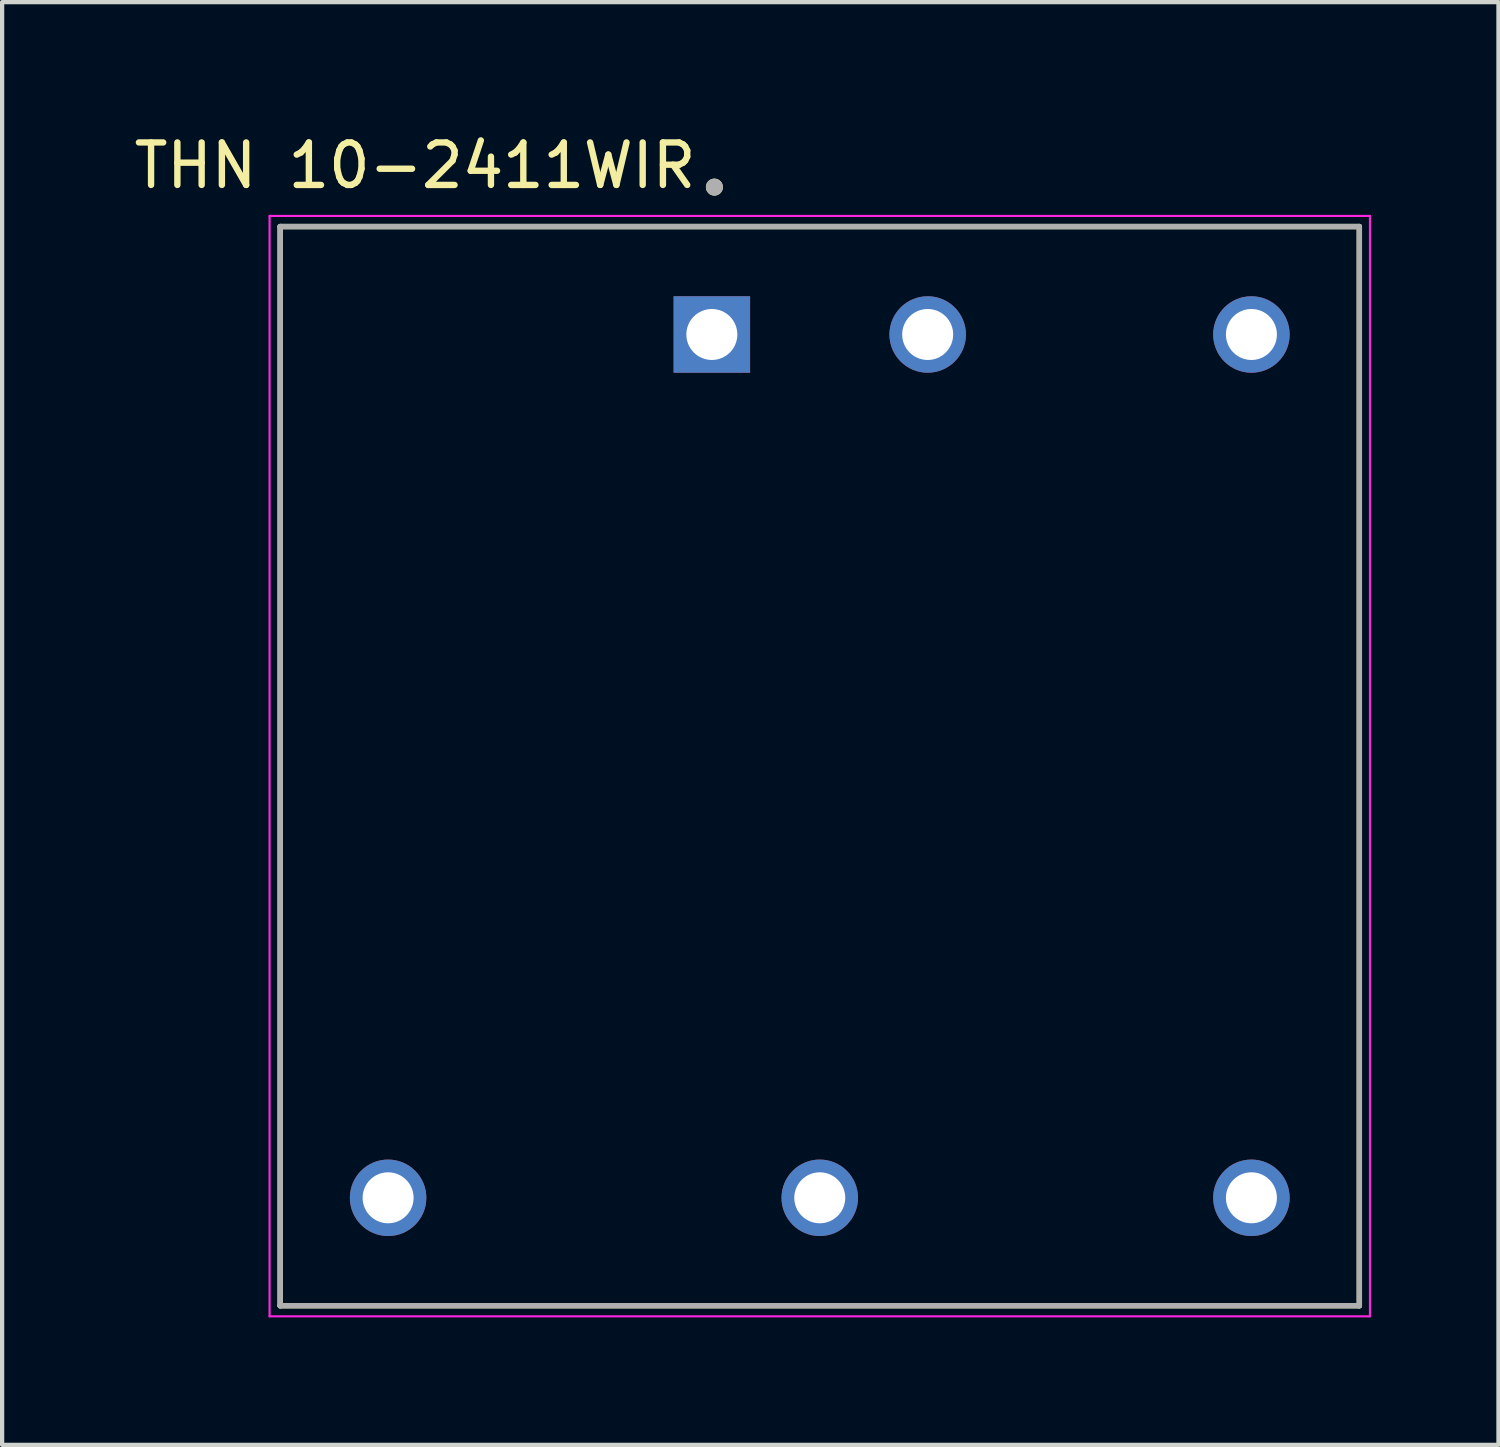
<source format=kicad_pcb>
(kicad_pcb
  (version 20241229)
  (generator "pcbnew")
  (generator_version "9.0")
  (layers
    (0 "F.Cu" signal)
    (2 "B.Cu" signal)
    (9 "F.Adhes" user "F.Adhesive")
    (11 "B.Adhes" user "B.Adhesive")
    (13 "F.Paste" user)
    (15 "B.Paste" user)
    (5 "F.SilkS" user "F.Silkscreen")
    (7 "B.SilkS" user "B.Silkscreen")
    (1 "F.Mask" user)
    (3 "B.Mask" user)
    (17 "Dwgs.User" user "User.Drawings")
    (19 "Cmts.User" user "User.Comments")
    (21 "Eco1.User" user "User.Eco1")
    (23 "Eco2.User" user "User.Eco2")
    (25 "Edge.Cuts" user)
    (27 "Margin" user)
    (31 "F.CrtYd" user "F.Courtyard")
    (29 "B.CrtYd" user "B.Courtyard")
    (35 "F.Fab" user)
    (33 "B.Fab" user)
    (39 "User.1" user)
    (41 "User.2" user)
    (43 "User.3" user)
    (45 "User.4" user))
  (footprint "THN 10-2411WIR"
    (layer "F.Cu")
    (at 16.245 14.983)
    (property "Reference" "THN 10-2411WIR" (at -9.525 -14.135 0) (layer "F.SilkS") (effects (font (size 1 1) (thickness 0.15))))
    (attr through_hole)
    (fp_line (start -12.7 -12.7) (end 12.7 -12.7) (stroke (width 0.127) (type solid)) (layer "F.SilkS"))
    (fp_line (start -12.7 12.7) (end -12.7 -12.7) (stroke (width 0.127) (type solid)) (layer "F.SilkS"))
    (fp_line (start -12.7 12.7) (end 12.7 12.7) (stroke (width 0.127) (type solid)) (layer "F.SilkS"))
    (fp_line (start 12.7 12.7) (end 12.7 -12.7) (stroke (width 0.127) (type solid)) (layer "F.SilkS"))
    (fp_circle (center -2.48 -13.629) (end -2.38 -13.629) (stroke (width 0.2) (type solid)) (fill no) (layer "F.SilkS"))
    (fp_line (start -12.95 -12.95) (end 12.95 -12.95) (stroke (width 0.05) (type solid)) (layer "F.CrtYd"))
    (fp_line (start -12.95 12.95) (end -12.95 -12.95) (stroke (width 0.05) (type solid)) (layer "F.CrtYd"))
    (fp_line (start -12.95 12.95) (end 12.95 12.95) (stroke (width 0.05) (type solid)) (layer "F.CrtYd"))
    (fp_line (start 12.95 12.95) (end 12.95 -12.95) (stroke (width 0.05) (type solid)) (layer "F.CrtYd"))
    (fp_line (start -12.7 -12.7) (end 12.7 -12.7) (stroke (width 0.127) (type solid)) (layer "F.Fab"))
    (fp_line (start -12.7 12.7) (end -12.7 -12.7) (stroke (width 0.127) (type solid)) (layer "F.Fab"))
    (fp_line (start -12.7 12.7) (end 12.7 12.7) (stroke (width 0.127) (type solid)) (layer "F.Fab"))
    (fp_line (start 12.7 12.7) (end 12.7 -12.7) (stroke (width 0.127) (type solid)) (layer "F.Fab"))
    (fp_circle (center -2.48 -13.629) (end -2.38 -13.629) (stroke (width 0.2) (type solid)) (fill no) (layer "F.Fab"))
    (pad "1" thru_hole rect (at -2.54 -10.16) (size 1.8 1.8) (drill 1.2) (layers "*.Cu" "*.Mask"))
    (pad "2" thru_hole circle (at 2.54 -10.16) (size 1.8 1.8) (drill 1.2) (layers "*.Cu" "*.Mask"))
    (pad "3" thru_hole circle (at 10.16 -10.16) (size 1.8 1.8) (drill 1.2) (layers "*.Cu" "*.Mask"))
    (pad "4" thru_hole circle (at -10.16 10.16) (size 1.8 1.8) (drill 1.2) (layers "*.Cu" "*.Mask"))
    (pad "5" thru_hole circle (at 0 10.16) (size 1.8 1.8) (drill 1.2) (layers "*.Cu" "*.Mask"))
    (pad "6" thru_hole circle (at 10.16 10.16) (size 1.8 1.8) (drill 1.2) (layers "*.Cu" "*.Mask")))
  (gr_rect
    (start -3 -3)
    (end 32.22 30.958)
    (stroke (width 0.1) (type default))
    (fill no)
    (layer "Edge.Cuts")))
</source>
